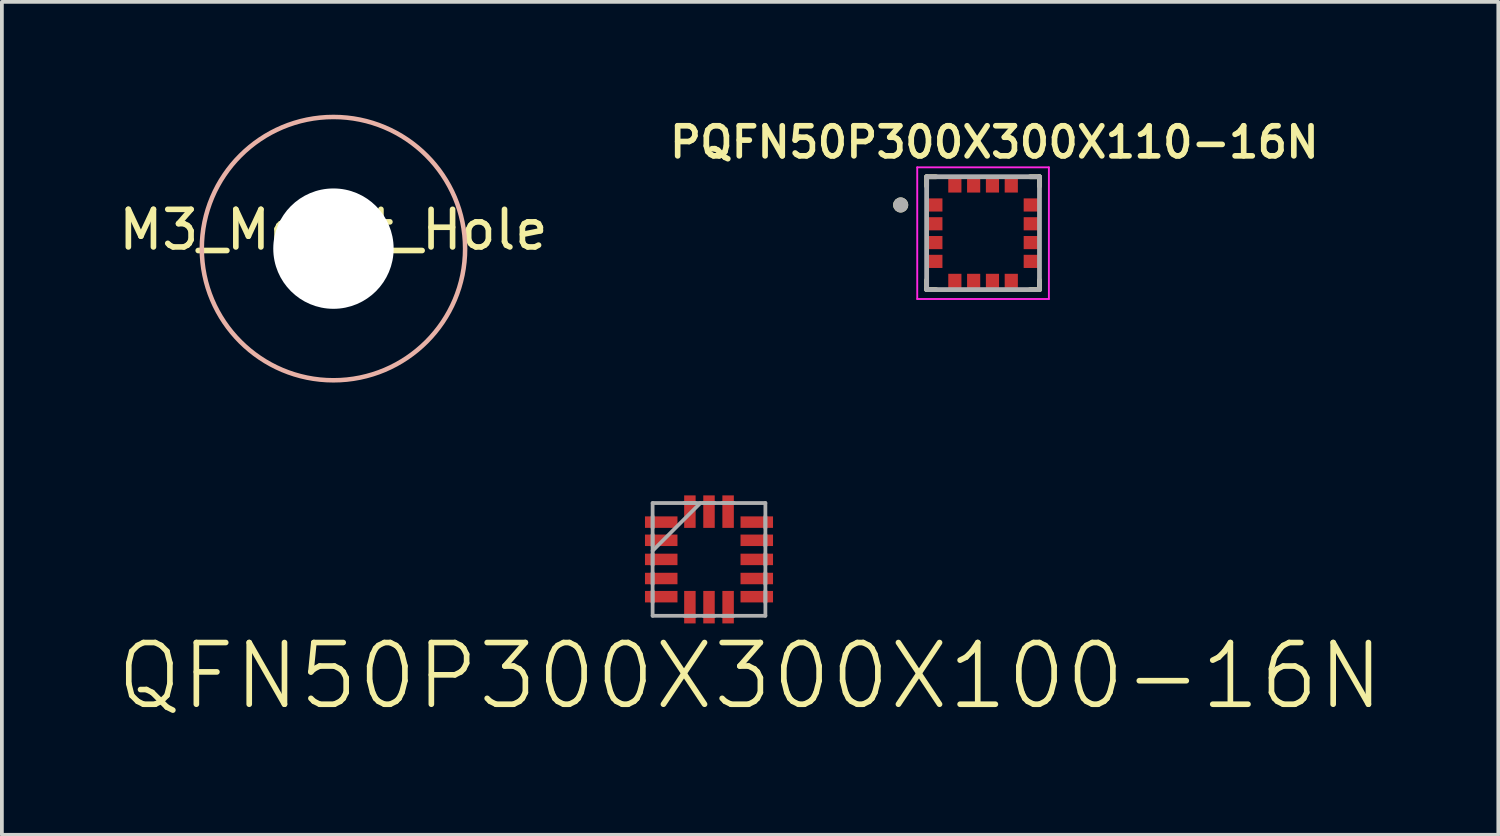
<source format=kicad_pcb>
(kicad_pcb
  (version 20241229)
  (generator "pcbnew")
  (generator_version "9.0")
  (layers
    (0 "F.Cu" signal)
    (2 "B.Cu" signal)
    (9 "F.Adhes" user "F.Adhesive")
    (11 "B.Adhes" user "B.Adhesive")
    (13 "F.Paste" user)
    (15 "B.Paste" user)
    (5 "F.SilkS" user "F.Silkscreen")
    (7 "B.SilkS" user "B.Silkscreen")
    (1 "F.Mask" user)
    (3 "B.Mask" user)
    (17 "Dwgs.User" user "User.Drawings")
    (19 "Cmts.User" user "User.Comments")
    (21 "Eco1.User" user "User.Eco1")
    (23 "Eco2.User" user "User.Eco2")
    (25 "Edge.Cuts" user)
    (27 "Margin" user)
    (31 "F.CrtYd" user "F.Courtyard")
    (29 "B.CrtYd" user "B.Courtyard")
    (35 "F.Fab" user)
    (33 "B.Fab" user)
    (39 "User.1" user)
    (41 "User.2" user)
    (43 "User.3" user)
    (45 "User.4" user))
  (footprint "QFN50P300X300X100-16N"
    (layer "F.Cu")
    (at 15.799 11.822)
    (property "Reference" "QFN50P300X300X100-16N" (at 1.092 3.099 0) (layer "F.SilkS") (effects (font (size 1.64 1.64) (thickness 0.15))))
    (attr through_hole)
    (fp_line (start -1.499 -1.499) (end -1.499 1.499) (stroke (width 0.1) (type solid)) (layer "F.Fab"))
    (fp_line (start -1.499 -1.143) (end -1.499 -0.838) (stroke (width 0.1) (type solid)) (layer "F.Fab"))
    (fp_line (start -1.499 -0.66) (end -1.499 -0.356) (stroke (width 0.1) (type solid)) (layer "F.Fab"))
    (fp_line (start -1.499 -0.229) (end -0.229 -1.499) (stroke (width 0.1) (type solid)) (layer "F.Fab"))
    (fp_line (start -1.499 -0.152) (end -1.499 0.152) (stroke (width 0.1) (type solid)) (layer "F.Fab"))
    (fp_line (start -1.499 0.356) (end -1.499 0.66) (stroke (width 0.1) (type solid)) (layer "F.Fab"))
    (fp_line (start -1.499 0.838) (end -1.499 1.143) (stroke (width 0.1) (type solid)) (layer "F.Fab"))
    (fp_line (start -1.499 1.499) (end 1.499 1.499) (stroke (width 0.1) (type solid)) (layer "F.Fab"))
    (fp_line (start -0.66 1.499) (end -0.356 1.499) (stroke (width 0.1) (type solid)) (layer "F.Fab"))
    (fp_line (start -0.356 -1.499) (end -0.66 -1.499) (stroke (width 0.1) (type solid)) (layer "F.Fab"))
    (fp_line (start -0.152 1.499) (end 0.152 1.499) (stroke (width 0.1) (type solid)) (layer "F.Fab"))
    (fp_line (start 0.152 -1.499) (end -0.152 -1.499) (stroke (width 0.1) (type solid)) (layer "F.Fab"))
    (fp_line (start 0.356 1.499) (end 0.66 1.499) (stroke (width 0.1) (type solid)) (layer "F.Fab"))
    (fp_line (start 0.66 -1.499) (end 0.356 -1.499) (stroke (width 0.1) (type solid)) (layer "F.Fab"))
    (fp_line (start 1.499 -1.499) (end -1.499 -1.499) (stroke (width 0.1) (type solid)) (layer "F.Fab"))
    (fp_line (start 1.499 -0.838) (end 1.499 -1.143) (stroke (width 0.1) (type solid)) (layer "F.Fab"))
    (fp_line (start 1.499 -0.356) (end 1.499 -0.66) (stroke (width 0.1) (type solid)) (layer "F.Fab"))
    (fp_line (start 1.499 0.152) (end 1.499 -0.152) (stroke (width 0.1) (type solid)) (layer "F.Fab"))
    (fp_line (start 1.499 0.66) (end 1.499 0.356) (stroke (width 0.1) (type solid)) (layer "F.Fab"))
    (fp_line (start 1.499 1.143) (end 1.499 0.838) (stroke (width 0.1) (type solid)) (layer "F.Fab"))
    (fp_line (start 1.499 1.499) (end 1.499 -1.499) (stroke (width 0.1) (type solid)) (layer "F.Fab"))
    (pad "1" smd rect (at -1.27 -0.991 270) (size 0.305 0.864) (layers "F.Cu" "F.Mask" "F.Paste"))
    (pad "2" smd rect (at -1.27 -0.508 270) (size 0.305 0.864) (layers "F.Cu" "F.Mask" "F.Paste"))
    (pad "3" smd rect (at -1.27 0 270) (size 0.305 0.864) (layers "F.Cu" "F.Mask" "F.Paste"))
    (pad "4" smd rect (at -1.27 0.508 270) (size 0.305 0.864) (layers "F.Cu" "F.Mask" "F.Paste"))
    (pad "5" smd rect (at -1.27 0.991 270) (size 0.305 0.864) (layers "F.Cu" "F.Mask" "F.Paste"))
    (pad "6" smd rect (at -0.508 1.27 180) (size 0.305 0.864) (layers "F.Cu" "F.Mask" "F.Paste"))
    (pad "7" smd rect (at 0 1.27 180) (size 0.305 0.864) (layers "F.Cu" "F.Mask" "F.Paste"))
    (pad "8" smd rect (at 0.508 1.27 180) (size 0.305 0.864) (layers "F.Cu" "F.Mask" "F.Paste"))
    (pad "9" smd rect (at 1.27 0.991 270) (size 0.305 0.864) (layers "F.Cu" "F.Mask" "F.Paste"))
    (pad "10" smd rect (at 1.27 0.508 270) (size 0.305 0.864) (layers "F.Cu" "F.Mask" "F.Paste"))
    (pad "11" smd rect (at 1.27 0 270) (size 0.305 0.864) (layers "F.Cu" "F.Mask" "F.Paste"))
    (pad "12" smd rect (at 1.27 -0.508 270) (size 0.305 0.864) (layers "F.Cu" "F.Mask" "F.Paste"))
    (pad "13" smd rect (at 1.27 -0.991 270) (size 0.305 0.864) (layers "F.Cu" "F.Mask" "F.Paste"))
    (pad "14" smd rect (at 0.508 -1.27 180) (size 0.305 0.864) (layers "F.Cu" "F.Mask" "F.Paste"))
    (pad "15" smd rect (at 0 -1.27 180) (size 0.305 0.864) (layers "F.Cu" "F.Mask" "F.Paste"))
    (pad "16" smd rect (at -0.508 -1.27 180) (size 0.305 0.864) (layers "F.Cu" "F.Mask" "F.Paste")))
  (footprint "PQFN50P300X300X110-16N"
    (layer "F.Cu")
    (at 23.085 3.149)
    (property "Reference" "PQFN50P300X300X110-16N" (at 0.3 -2.418 0) (layer "F.SilkS") (effects (font (size 0.8 0.8) (thickness 0.15))))
    (attr smd)
    (fp_line (start -1.5 -1.5) (end -1.5 -1.25) (stroke (width 0.127) (type solid)) (layer "F.SilkS"))
    (fp_line (start -1.5 -1.5) (end -1.25 -1.5) (stroke (width 0.127) (type solid)) (layer "F.SilkS"))
    (fp_line (start -1.5 1.5) (end -1.5 1.25) (stroke (width 0.127) (type solid)) (layer "F.SilkS"))
    (fp_line (start -1.5 1.5) (end -1.25 1.5) (stroke (width 0.127) (type solid)) (layer "F.SilkS"))
    (fp_line (start 1.5 -1.5) (end 1.25 -1.5) (stroke (width 0.127) (type solid)) (layer "F.SilkS"))
    (fp_line (start 1.5 -1.5) (end 1.5 -1.25) (stroke (width 0.127) (type solid)) (layer "F.SilkS"))
    (fp_line (start 1.5 1.5) (end 1.25 1.5) (stroke (width 0.127) (type solid)) (layer "F.SilkS"))
    (fp_line (start 1.5 1.5) (end 1.5 1.25) (stroke (width 0.127) (type solid)) (layer "F.SilkS"))
    (fp_circle (center -2.19 -0.75) (end -2.09 -0.75) (stroke (width 0.2) (type solid)) (fill no) (layer "F.SilkS"))
    (fp_line (start -1.75 -1.75) (end 1.75 -1.75) (stroke (width 0.05) (type solid)) (layer "F.CrtYd"))
    (fp_line (start -1.75 1.75) (end -1.75 -1.75) (stroke (width 0.05) (type solid)) (layer "F.CrtYd"))
    (fp_line (start -1.75 1.75) (end 1.75 1.75) (stroke (width 0.05) (type solid)) (layer "F.CrtYd"))
    (fp_line (start 1.75 1.75) (end 1.75 -1.75) (stroke (width 0.05) (type solid)) (layer "F.CrtYd"))
    (fp_line (start -1.5 1.5) (end -1.5 -1.5) (stroke (width 0.127) (type solid)) (layer "F.Fab"))
    (fp_line (start 1.5 -1.5) (end -1.5 -1.5) (stroke (width 0.127) (type solid)) (layer "F.Fab"))
    (fp_line (start 1.5 1.5) (end -1.5 1.5) (stroke (width 0.127) (type solid)) (layer "F.Fab"))
    (fp_line (start 1.5 1.5) (end 1.5 -1.5) (stroke (width 0.127) (type solid)) (layer "F.Fab"))
    (fp_circle (center -2.19 -0.75) (end -2.09 -0.75) (stroke (width 0.2) (type solid)) (fill no) (layer "F.Fab"))
    (pad "1" smd rect (at -1.295 -0.75) (size 0.43 0.35) (layers "F.Cu" "F.Mask" "F.Paste"))
    (pad "2" smd rect (at -1.295 -0.25) (size 0.43 0.35) (layers "F.Cu" "F.Mask" "F.Paste"))
    (pad "3" smd rect (at -1.295 0.25) (size 0.43 0.35) (layers "F.Cu" "F.Mask" "F.Paste"))
    (pad "4" smd rect (at -1.295 0.75) (size 0.43 0.35) (layers "F.Cu" "F.Mask" "F.Paste"))
    (pad "5" smd rect (at -0.75 1.295 90) (size 0.43 0.35) (layers "F.Cu" "F.Mask" "F.Paste"))
    (pad "6" smd rect (at -0.25 1.295 90) (size 0.43 0.35) (layers "F.Cu" "F.Mask" "F.Paste"))
    (pad "7" smd rect (at 0.25 1.295 90) (size 0.43 0.35) (layers "F.Cu" "F.Mask" "F.Paste"))
    (pad "8" smd rect (at 0.75 1.295 90) (size 0.43 0.35) (layers "F.Cu" "F.Mask" "F.Paste"))
    (pad "9" smd rect (at 1.295 0.75) (size 0.43 0.35) (layers "F.Cu" "F.Mask" "F.Paste"))
    (pad "10" smd rect (at 1.295 0.25) (size 0.43 0.35) (layers "F.Cu" "F.Mask" "F.Paste"))
    (pad "11" smd rect (at 1.295 -0.25) (size 0.43 0.35) (layers "F.Cu" "F.Mask" "F.Paste"))
    (pad "12" smd rect (at 1.295 -0.75) (size 0.43 0.35) (layers "F.Cu" "F.Mask" "F.Paste"))
    (pad "13" smd rect (at 0.75 -1.295 90) (size 0.43 0.35) (layers "F.Cu" "F.Mask" "F.Paste"))
    (pad "14" smd rect (at 0.25 -1.295 90) (size 0.43 0.35) (layers "F.Cu" "F.Mask" "F.Paste"))
    (pad "15" smd rect (at -0.25 -1.295 90) (size 0.43 0.35) (layers "F.Cu" "F.Mask" "F.Paste"))
    (pad "16" smd rect (at -0.75 -1.295 90) (size 0.43 0.35) (layers "F.Cu" "F.Mask" "F.Paste")))
  (footprint "M3_Mount_Hole"
    (layer "F.Cu")
    (at 5.815 3.56)
    (property "Reference" "M3_Mount_Hole" (at 0 -0.5 0) (unlocked yes) (layer "F.SilkS") (effects (font (size 1 1) (thickness 0.15))))
    (attr through_hole)
    (fp_circle (center 0 0) (end -3.5 0) (stroke (width 0.12) (type solid)) (fill no) (layer "B.SilkS"))
    (pad "" np_thru_hole circle (at 0 0) (size 3.2 3.2) (drill 3.2) (layers "*.Cu" "*.Mask")))
  (gr_rect
    (start -3 -3)
    (end 36.783 19.143)
    (stroke (width 0.1) (type default))
    (fill no)
    (layer "Edge.Cuts")))
</source>
